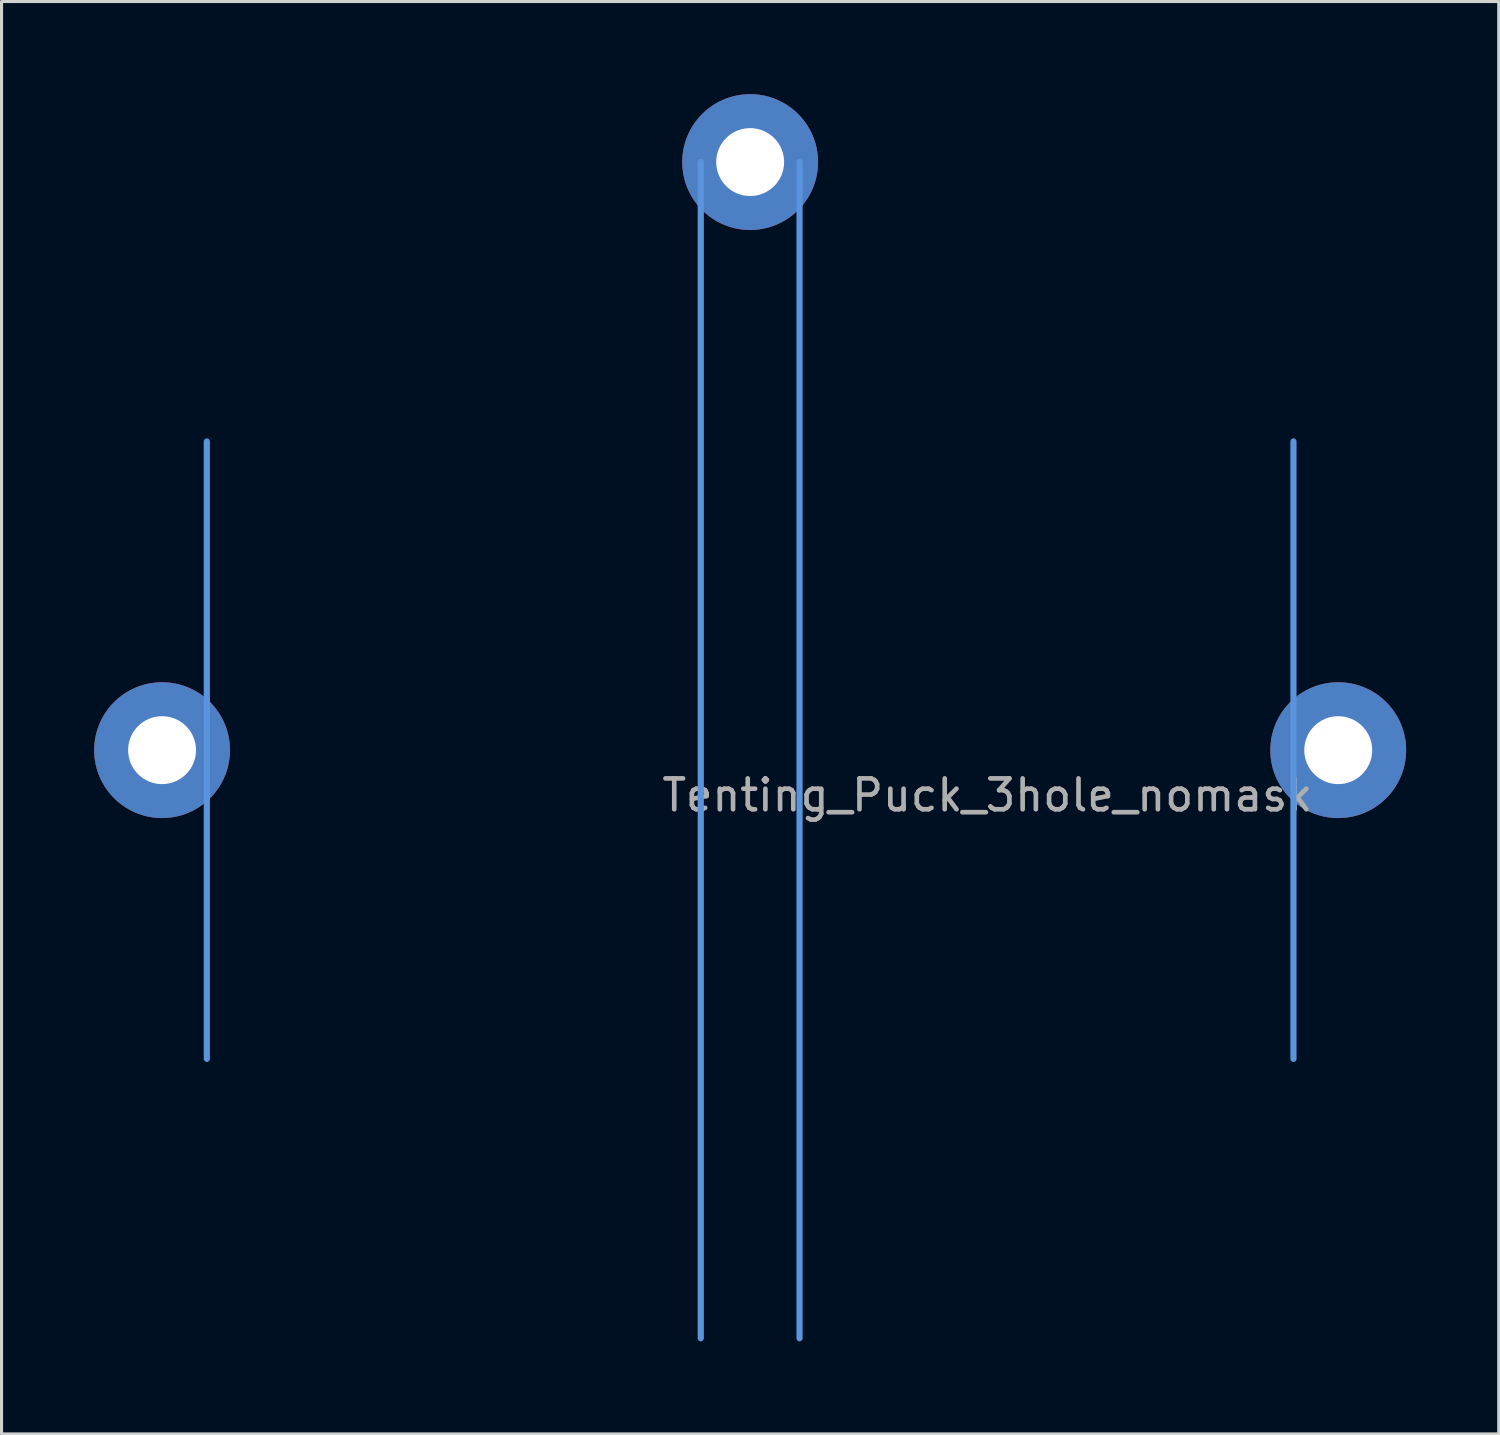
<source format=kicad_pcb>
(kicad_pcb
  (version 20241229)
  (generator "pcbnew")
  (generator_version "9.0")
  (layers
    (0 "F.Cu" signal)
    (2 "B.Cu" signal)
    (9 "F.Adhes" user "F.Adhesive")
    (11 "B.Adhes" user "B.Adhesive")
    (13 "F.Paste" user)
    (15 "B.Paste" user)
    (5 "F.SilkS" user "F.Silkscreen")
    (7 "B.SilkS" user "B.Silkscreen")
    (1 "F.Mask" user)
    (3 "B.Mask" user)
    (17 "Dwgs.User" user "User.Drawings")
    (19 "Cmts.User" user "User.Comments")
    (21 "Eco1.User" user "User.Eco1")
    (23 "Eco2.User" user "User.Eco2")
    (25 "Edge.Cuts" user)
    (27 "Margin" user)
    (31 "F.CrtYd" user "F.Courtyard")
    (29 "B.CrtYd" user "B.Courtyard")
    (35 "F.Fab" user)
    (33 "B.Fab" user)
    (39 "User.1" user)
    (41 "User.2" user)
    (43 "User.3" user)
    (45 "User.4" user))
  (footprint "Tenting_Puck_3hole_nomask"
    (layer "F.Cu")
    (at 21.25 21.25)
    (property "Reference" "Tenting_Puck_3hole_nomask" (at 7.684 1.46 0) (layer "F.Fab") (effects (font (size 1 1) (thickness 0.15))))
    (attr through_hole)
    (fp_line (start -17.6 10) (end -17.6 -10) (stroke (width 0.2) (type solid)) (layer "Cmts.User"))
    (fp_line (start -1.6 19.05) (end -1.6 -19.05) (stroke (width 0.2) (type solid)) (layer "Cmts.User"))
    (fp_line (start 1.6 19.05) (end 1.6 -19.05) (stroke (width 0.2) (type solid)) (layer "Cmts.User"))
    (fp_line (start 17.6 10) (end 17.6 -10) (stroke (width 0.2) (type solid)) (layer "Cmts.User"))
    (pad "1" thru_hole circle (at -19.05 0) (size 4.4 4.4) (drill 2.2) (layers "*.Cu" "*.Mask"))
    (pad "1" thru_hole circle (at 0 -19.05) (size 4.4 4.4) (drill 2.2) (layers "*.Cu" "*.Mask"))
    (pad "1" thru_hole circle (at 19.05 0) (size 4.4 4.4) (drill 2.2) (layers "*.Cu" "*.Mask")))
  (gr_rect
    (start -3 -3)
    (end 45.5 43.4)
    (stroke (width 0.1) (type default))
    (fill no)
    (layer "Edge.Cuts")))
</source>
